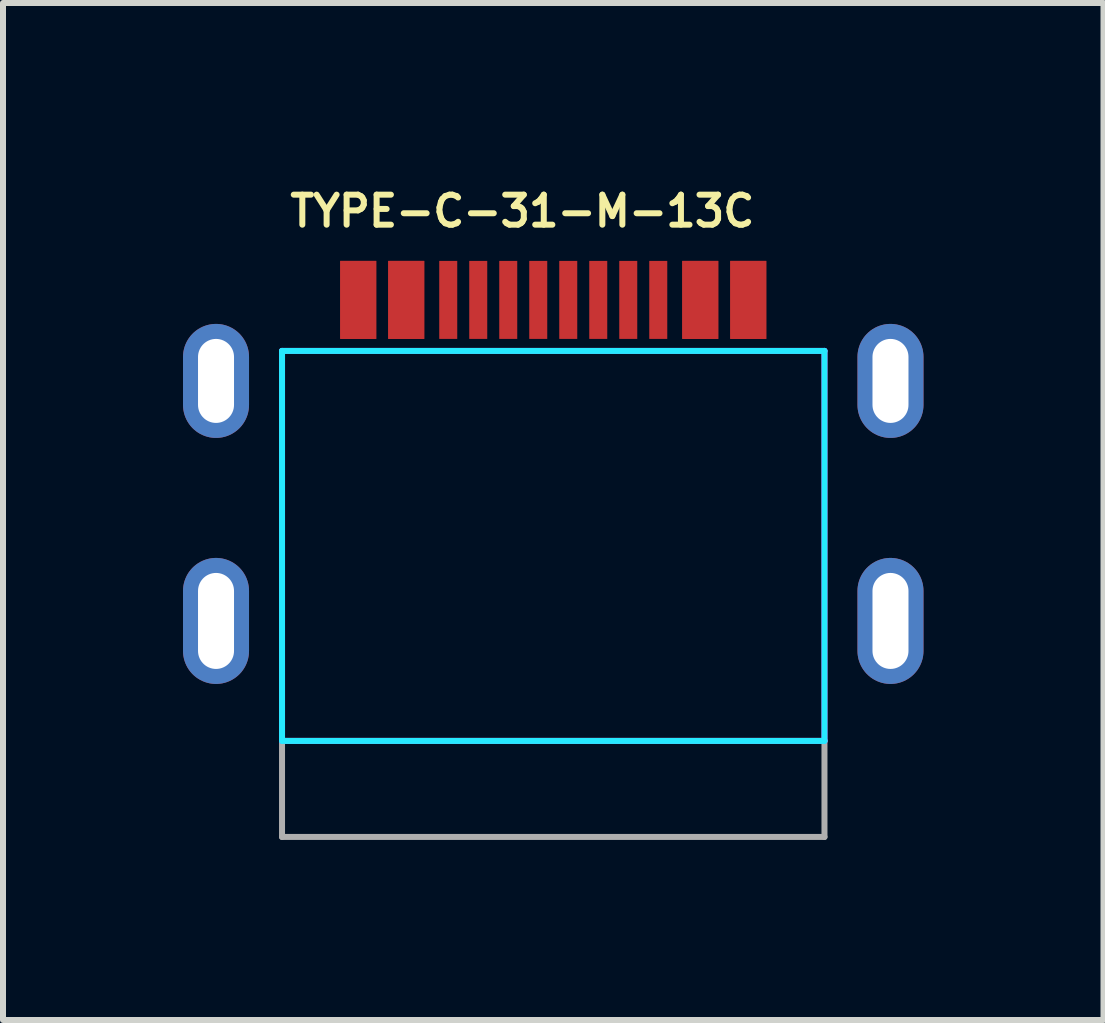
<source format=kicad_pcb>
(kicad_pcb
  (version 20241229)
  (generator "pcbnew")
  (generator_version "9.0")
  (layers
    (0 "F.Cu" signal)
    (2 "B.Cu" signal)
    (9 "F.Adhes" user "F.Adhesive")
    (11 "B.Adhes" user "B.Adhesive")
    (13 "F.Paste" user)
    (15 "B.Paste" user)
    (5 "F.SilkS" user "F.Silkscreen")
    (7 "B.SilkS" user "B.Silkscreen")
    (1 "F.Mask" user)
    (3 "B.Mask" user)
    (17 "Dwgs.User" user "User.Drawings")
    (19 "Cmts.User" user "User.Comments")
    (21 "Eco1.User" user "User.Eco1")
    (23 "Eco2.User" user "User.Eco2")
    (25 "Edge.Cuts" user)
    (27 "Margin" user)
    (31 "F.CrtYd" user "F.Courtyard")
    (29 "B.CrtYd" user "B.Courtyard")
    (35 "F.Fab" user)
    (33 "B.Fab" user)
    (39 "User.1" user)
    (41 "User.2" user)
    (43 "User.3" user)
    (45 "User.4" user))
  (footprint "TYPE-C-31-M-13C"
    (layer "F.Cu")
    (at 6.17 7.298)
    (property "Reference" "TYPE-C-31-M-13C" (at -0.515 -6.83 180) (layer "F.SilkS") (effects (font (size 0.5 0.5) (thickness 0.1) (bold yes))))
    (attr smd allow_soldermask_bridges)
    (fp_line (start -4.52 -4.5) (end 4.52 -4.5) (stroke (width 0.1) (type default)) (layer "B.CrtYd"))
    (fp_line (start -4.52 2) (end -4.52 -4.5) (stroke (width 0.1) (type solid)) (layer "B.CrtYd"))
    (fp_line (start -4.52 2) (end 4.52 2) (stroke (width 0.1) (type default)) (layer "B.CrtYd"))
    (fp_line (start 4.52 2) (end 4.52 -4.5) (stroke (width 0.1) (type solid)) (layer "B.CrtYd"))
    (fp_line (start -4.52 -4.5) (end 4.52 -4.5) (stroke (width 0.1) (type default)) (layer "F.CrtYd"))
    (fp_line (start -4.52 2) (end -4.52 -4.5) (stroke (width 0.1) (type solid)) (layer "F.CrtYd"))
    (fp_line (start -4.52 2) (end 4.52 2) (stroke (width 0.1) (type default)) (layer "F.CrtYd"))
    (fp_line (start 4.52 2) (end 4.52 -4.5) (stroke (width 0.1) (type solid)) (layer "F.CrtYd"))
    (fp_line (start -4.52 3.6) (end -4.52 2) (stroke (width 0.1) (type default)) (layer "F.Fab"))
    (fp_line (start -4.52 3.6) (end 4.52 3.6) (stroke (width 0.1) (type default)) (layer "F.Fab"))
    (fp_line (start 4.52 2) (end -4.52 2) (stroke (width 0.1) (type default)) (layer "F.Fab"))
    (fp_line (start 4.52 3.6) (end 4.52 2) (stroke (width 0.1) (type default)) (layer "F.Fab"))
    (pad "A1" smd rect (at -3.25 -5.35) (size 0.6 1.3) (layers "F.Cu" "F.Mask" "F.Paste"))
    (pad "A4" smd rect (at -2.45 -5.35) (size 0.6 1.3) (layers "F.Cu" "F.Mask" "F.Paste"))
    (pad "A5" smd rect (at -1.25 -5.35) (size 0.3 1.3) (layers "F.Cu" "F.Mask" "F.Paste"))
    (pad "A6" smd rect (at -0.25 -5.35) (size 0.3 1.3) (layers "F.Cu" "F.Mask" "F.Paste"))
    (pad "A7" smd rect (at 0.25 -5.35) (size 0.3 1.3) (layers "F.Cu" "F.Mask" "F.Paste"))
    (pad "A8" smd rect (at 1.25 -5.35) (size 0.3 1.3) (layers "F.Cu" "F.Mask" "F.Paste"))
    (pad "A9" smd rect (at 2.45 -5.35) (size 0.6 1.3) (layers "F.Cu" "F.Mask" "F.Paste"))
    (pad "A12" smd rect (at 3.25 -5.35) (size 0.6 1.3) (layers "F.Cu" "F.Mask" "F.Paste"))
    (pad "B1" smd rect (at 3.25 -5.35) (size 0.6 1.3) (layers "F.Cu" "F.Mask" "F.Paste"))
    (pad "B4" smd rect (at 2.45 -5.35) (size 0.6 1.3) (layers "F.Cu" "F.Mask" "F.Paste"))
    (pad "B5" smd rect (at 1.75 -5.35) (size 0.3 1.3) (layers "F.Cu" "F.Mask" "F.Paste"))
    (pad "B6" smd rect (at 0.75 -5.35) (size 0.3 1.3) (layers "F.Cu" "F.Mask" "F.Paste"))
    (pad "B7" smd rect (at -0.75 -5.35) (size 0.3 1.3) (layers "F.Cu" "F.Mask" "F.Paste"))
    (pad "B8" smd rect (at -1.75 -5.35) (size 0.3 1.3) (layers "F.Cu" "F.Mask" "F.Paste"))
    (pad "B9" smd rect (at -2.45 -5.35) (size 0.6 1.3) (layers "F.Cu" "F.Mask" "F.Paste"))
    (pad "B12" smd rect (at -3.25 -5.35) (size 0.6 1.3) (layers "F.Cu" "F.Mask" "F.Paste"))
    (pad "S1" thru_hole oval (at -5.62 -4) (size 1.1 1.9) (drill oval 0.6 1.4) (layers "*.Cu" "*.Mask"))
    (pad "S1" thru_hole oval (at -5.62 0) (size 1.1 2.1) (drill oval 0.6 1.6) (layers "*.Cu" "*.Mask"))
    (pad "S1" thru_hole oval (at 5.62 -4) (size 1.1 1.9) (drill oval 0.6 1.4) (layers "*.Cu" "*.Mask"))
    (pad "S1" thru_hole oval (at 5.62 0) (size 1.1 2.1) (drill oval 0.6 1.6) (layers "*.Cu" "*.Mask")))
  (gr_rect
    (start -3 -3)
    (end 15.34 13.948)
    (stroke (width 0.1) (type default))
    (fill no)
    (layer "Edge.Cuts")))
</source>
